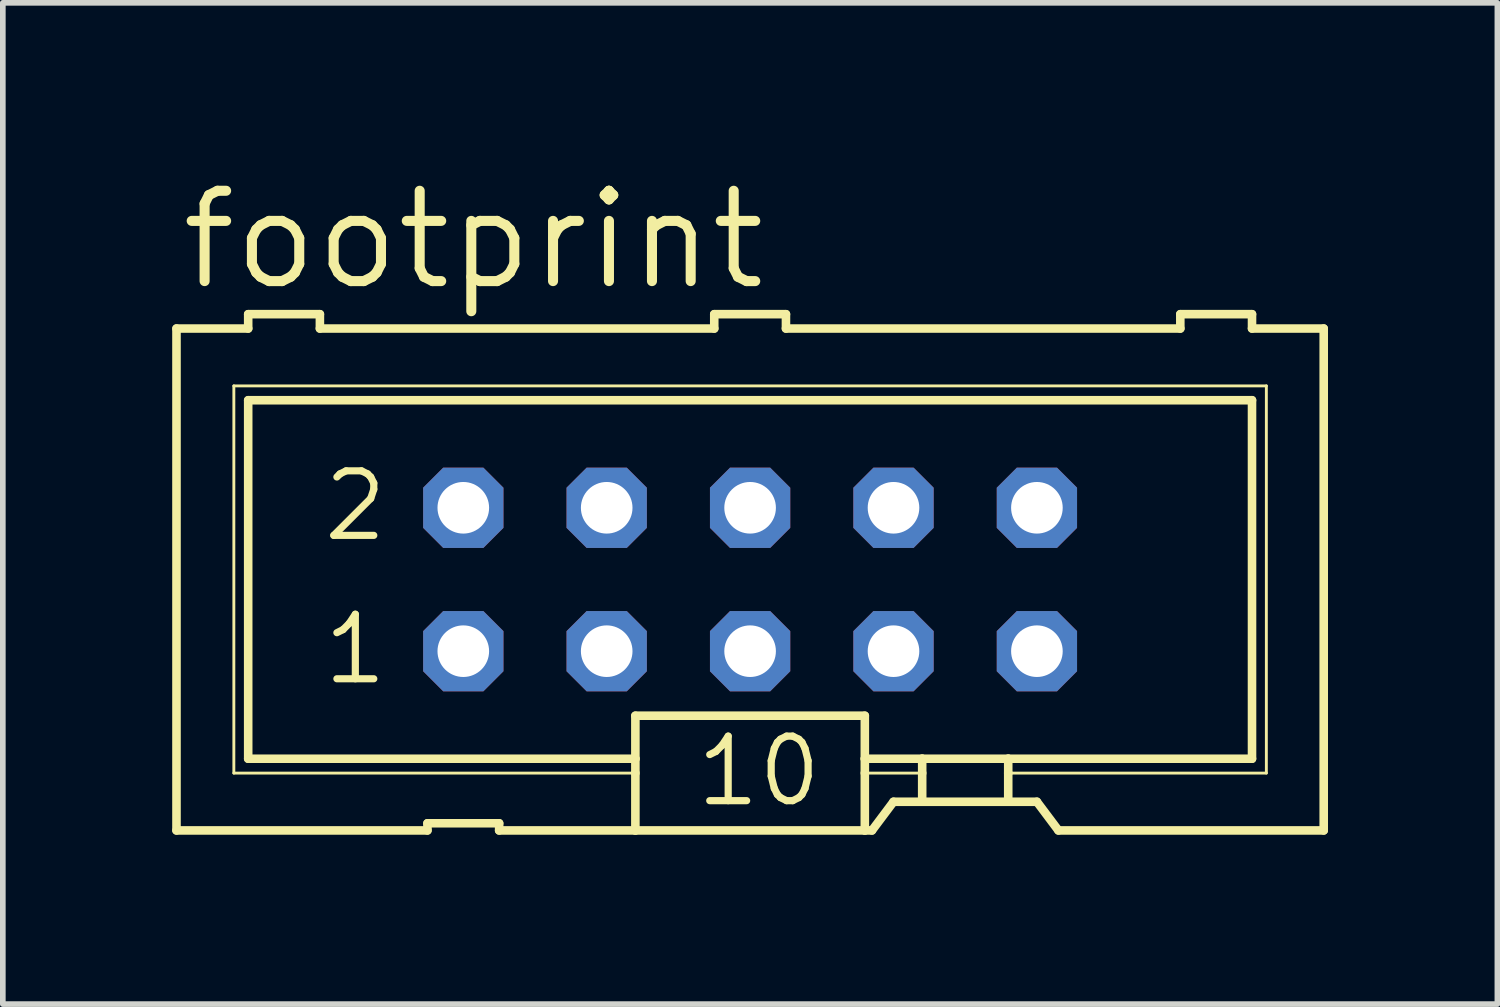
<source format=kicad_pcb>
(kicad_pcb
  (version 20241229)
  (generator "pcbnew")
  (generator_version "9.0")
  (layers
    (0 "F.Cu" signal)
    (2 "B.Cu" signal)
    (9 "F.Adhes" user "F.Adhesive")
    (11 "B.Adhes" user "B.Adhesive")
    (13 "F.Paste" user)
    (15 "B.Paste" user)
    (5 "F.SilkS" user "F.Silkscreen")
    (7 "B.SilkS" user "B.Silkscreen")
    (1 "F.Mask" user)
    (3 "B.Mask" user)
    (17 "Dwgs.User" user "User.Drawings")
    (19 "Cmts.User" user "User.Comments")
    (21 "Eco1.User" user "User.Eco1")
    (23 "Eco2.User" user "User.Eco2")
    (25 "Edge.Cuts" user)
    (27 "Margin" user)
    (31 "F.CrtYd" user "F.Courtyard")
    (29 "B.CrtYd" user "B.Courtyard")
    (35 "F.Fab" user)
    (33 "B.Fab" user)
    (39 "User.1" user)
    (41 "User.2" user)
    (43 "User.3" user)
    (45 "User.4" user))
  (footprint "footprint"
    (layer "F.Cu")
    (at 10.236 7.214)
    (property "Reference" "footprint" (at -10.16 -5.08 0) (layer "F.SilkS") (effects (font (size 1.6 1.6) (thickness 0.178)) (justify left bottom)))
    (fp_line (start -10.16 -4.445) (end -10.16 4.445) (stroke (width 0.152) (type solid)) (layer "F.SilkS"))
    (fp_line (start -10.16 -4.445) (end -8.89 -4.445) (stroke (width 0.152) (type solid)) (layer "F.SilkS"))
    (fp_line (start -9.144 -3.429) (end -9.144 3.429) (stroke (width 0.051) (type solid)) (layer "F.SilkS"))
    (fp_line (start -9.144 3.429) (end -2.032 3.429) (stroke (width 0.051) (type solid)) (layer "F.SilkS"))
    (fp_line (start -8.89 -4.699) (end -8.89 -4.445) (stroke (width 0.152) (type solid)) (layer "F.SilkS"))
    (fp_line (start -8.89 -3.175) (end -8.89 3.175) (stroke (width 0.152) (type solid)) (layer "F.SilkS"))
    (fp_line (start -8.89 -3.175) (end 8.89 -3.175) (stroke (width 0.152) (type solid)) (layer "F.SilkS"))
    (fp_line (start -7.62 -4.699) (end -8.89 -4.699) (stroke (width 0.152) (type solid)) (layer "F.SilkS"))
    (fp_line (start -7.62 -4.699) (end -7.62 -4.445) (stroke (width 0.152) (type solid)) (layer "F.SilkS"))
    (fp_line (start -7.62 -4.445) (end -0.635 -4.445) (stroke (width 0.152) (type solid)) (layer "F.SilkS"))
    (fp_line (start -5.715 4.445) (end -10.16 4.445) (stroke (width 0.152) (type solid)) (layer "F.SilkS"))
    (fp_line (start -5.715 4.445) (end -5.715 4.318) (stroke (width 0.152) (type solid)) (layer "F.SilkS"))
    (fp_line (start -4.445 4.318) (end -5.715 4.318) (stroke (width 0.152) (type solid)) (layer "F.SilkS"))
    (fp_line (start -4.445 4.318) (end -4.445 4.445) (stroke (width 0.152) (type solid)) (layer "F.SilkS"))
    (fp_line (start -2.032 3.175) (end -8.89 3.175) (stroke (width 0.152) (type solid)) (layer "F.SilkS"))
    (fp_line (start -2.032 3.175) (end -2.032 2.413) (stroke (width 0.152) (type solid)) (layer "F.SilkS"))
    (fp_line (start -2.032 3.175) (end -2.032 3.429) (stroke (width 0.152) (type solid)) (layer "F.SilkS"))
    (fp_line (start -2.032 3.429) (end -2.032 4.445) (stroke (width 0.152) (type solid)) (layer "F.SilkS"))
    (fp_line (start -2.032 4.445) (end -4.445 4.445) (stroke (width 0.152) (type solid)) (layer "F.SilkS"))
    (fp_line (start -0.635 -4.699) (end -0.635 -4.445) (stroke (width 0.152) (type solid)) (layer "F.SilkS"))
    (fp_line (start 0.635 -4.699) (end -0.635 -4.699) (stroke (width 0.152) (type solid)) (layer "F.SilkS"))
    (fp_line (start 0.635 -4.699) (end 0.635 -4.445) (stroke (width 0.152) (type solid)) (layer "F.SilkS"))
    (fp_line (start 0.635 -4.445) (end 7.62 -4.445) (stroke (width 0.152) (type solid)) (layer "F.SilkS"))
    (fp_line (start 2.032 2.413) (end -2.032 2.413) (stroke (width 0.152) (type solid)) (layer "F.SilkS"))
    (fp_line (start 2.032 2.413) (end 2.032 3.175) (stroke (width 0.152) (type solid)) (layer "F.SilkS"))
    (fp_line (start 2.032 3.175) (end 2.032 3.429) (stroke (width 0.152) (type solid)) (layer "F.SilkS"))
    (fp_line (start 2.032 3.429) (end 2.032 4.445) (stroke (width 0.152) (type solid)) (layer "F.SilkS"))
    (fp_line (start 2.032 4.445) (end -2.032 4.445) (stroke (width 0.152) (type solid)) (layer "F.SilkS"))
    (fp_line (start 2.159 4.445) (end 2.032 4.445) (stroke (width 0.152) (type solid)) (layer "F.SilkS"))
    (fp_line (start 2.159 4.445) (end 2.54 3.937) (stroke (width 0.152) (type solid)) (layer "F.SilkS"))
    (fp_line (start 3.048 3.175) (end 2.032 3.175) (stroke (width 0.152) (type solid)) (layer "F.SilkS"))
    (fp_line (start 3.048 3.175) (end 3.048 3.429) (stroke (width 0.152) (type solid)) (layer "F.SilkS"))
    (fp_line (start 3.048 3.429) (end 2.032 3.429) (stroke (width 0.051) (type solid)) (layer "F.SilkS"))
    (fp_line (start 3.048 3.429) (end 3.048 3.937) (stroke (width 0.152) (type solid)) (layer "F.SilkS"))
    (fp_line (start 3.048 3.937) (end 2.54 3.937) (stroke (width 0.152) (type solid)) (layer "F.SilkS"))
    (fp_line (start 4.572 3.175) (end 3.048 3.175) (stroke (width 0.152) (type solid)) (layer "F.SilkS"))
    (fp_line (start 4.572 3.175) (end 4.572 3.429) (stroke (width 0.152) (type solid)) (layer "F.SilkS"))
    (fp_line (start 4.572 3.429) (end 4.572 3.937) (stroke (width 0.152) (type solid)) (layer "F.SilkS"))
    (fp_line (start 4.572 3.429) (end 9.144 3.429) (stroke (width 0.051) (type solid)) (layer "F.SilkS"))
    (fp_line (start 4.572 3.937) (end 3.048 3.937) (stroke (width 0.152) (type solid)) (layer "F.SilkS"))
    (fp_line (start 5.08 3.937) (end 4.572 3.937) (stroke (width 0.152) (type solid)) (layer "F.SilkS"))
    (fp_line (start 5.08 3.937) (end 5.461 4.445) (stroke (width 0.152) (type solid)) (layer "F.SilkS"))
    (fp_line (start 7.62 -4.445) (end 7.62 -4.699) (stroke (width 0.152) (type solid)) (layer "F.SilkS"))
    (fp_line (start 8.89 -4.699) (end 7.62 -4.699) (stroke (width 0.152) (type solid)) (layer "F.SilkS"))
    (fp_line (start 8.89 -4.445) (end 8.89 -4.699) (stroke (width 0.152) (type solid)) (layer "F.SilkS"))
    (fp_line (start 8.89 -4.445) (end 10.16 -4.445) (stroke (width 0.152) (type solid)) (layer "F.SilkS"))
    (fp_line (start 8.89 3.175) (end 4.572 3.175) (stroke (width 0.152) (type solid)) (layer "F.SilkS"))
    (fp_line (start 8.89 3.175) (end 8.89 -3.175) (stroke (width 0.152) (type solid)) (layer "F.SilkS"))
    (fp_line (start 9.144 -3.429) (end -9.144 -3.429) (stroke (width 0.051) (type solid)) (layer "F.SilkS"))
    (fp_line (start 9.144 3.429) (end 9.144 -3.429) (stroke (width 0.051) (type solid)) (layer "F.SilkS"))
    (fp_line (start 10.16 4.445) (end 5.461 4.445) (stroke (width 0.152) (type solid)) (layer "F.SilkS"))
    (fp_line (start 10.16 4.445) (end 10.16 -4.445) (stroke (width 0.152) (type solid)) (layer "F.SilkS"))
    (fp_poly (pts (xy -5.334 -1.016) (xy -4.826 -1.016) (xy -4.826 -1.524) (xy -5.334 -1.524)) (stroke (width 0.1) (type solid)) (fill no) (layer "F.Fab"))
    (fp_poly (pts (xy -5.334 1.524) (xy -4.826 1.524) (xy -4.826 1.016) (xy -5.334 1.016)) (stroke (width 0.1) (type solid)) (fill no) (layer "F.Fab"))
    (fp_poly (pts (xy -2.794 -1.016) (xy -2.286 -1.016) (xy -2.286 -1.524) (xy -2.794 -1.524)) (stroke (width 0.1) (type solid)) (fill no) (layer "F.Fab"))
    (fp_poly (pts (xy -2.794 1.524) (xy -2.286 1.524) (xy -2.286 1.016) (xy -2.794 1.016)) (stroke (width 0.1) (type solid)) (fill no) (layer "F.Fab"))
    (fp_poly (pts (xy -0.254 -1.016) (xy 0.254 -1.016) (xy 0.254 -1.524) (xy -0.254 -1.524)) (stroke (width 0.1) (type solid)) (fill no) (layer "F.Fab"))
    (fp_poly (pts (xy -0.254 1.524) (xy 0.254 1.524) (xy 0.254 1.016) (xy -0.254 1.016)) (stroke (width 0.1) (type solid)) (fill no) (layer "F.Fab"))
    (fp_poly (pts (xy 2.286 -1.016) (xy 2.794 -1.016) (xy 2.794 -1.524) (xy 2.286 -1.524)) (stroke (width 0.1) (type solid)) (fill no) (layer "F.Fab"))
    (fp_poly (pts (xy 2.286 1.524) (xy 2.794 1.524) (xy 2.794 1.016) (xy 2.286 1.016)) (stroke (width 0.1) (type solid)) (fill no) (layer "F.Fab"))
    (fp_poly (pts (xy 4.826 -1.016) (xy 5.334 -1.016) (xy 5.334 -1.524) (xy 4.826 -1.524)) (stroke (width 0.1) (type solid)) (fill no) (layer "F.Fab"))
    (fp_poly (pts (xy 4.826 1.524) (xy 5.334 1.524) (xy 5.334 1.016) (xy 4.826 1.016)) (stroke (width 0.1) (type solid)) (fill no) (layer "F.Fab"))
    (fp_text user "2" (at -7.62 -0.635 0) (layer "F.SilkS") (effects (font (size 1.143 1.143) (thickness 0.127)) (justify left bottom)))
    (fp_text user "1" (at -7.62 1.905 0) (layer "F.SilkS") (effects (font (size 1.143 1.143) (thickness 0.127)) (justify left bottom)))
    (fp_text user "10" (at -1.016 4.064 0) (layer "F.SilkS") (effects (font (size 1.143 1.143) (thickness 0.127)) (justify left bottom)))
    (pad "1" thru_hole roundrect (at -5.08 1.27) (size 1.422 1.422) (drill 0.914) (layers "*.Cu" "*.Mask") (roundrect_rratio 0.25) (chamfer_ratio 0.25) (chamfer top_left top_right bottom_left bottom_right))
    (pad "2" thru_hole roundrect (at -5.08 -1.27) (size 1.422 1.422) (drill 0.914) (layers "*.Cu" "*.Mask") (roundrect_rratio 0.25) (chamfer_ratio 0.25) (chamfer top_left top_right bottom_left bottom_right))
    (pad "3" thru_hole roundrect (at -2.54 1.27) (size 1.422 1.422) (drill 0.914) (layers "*.Cu" "*.Mask") (roundrect_rratio 0.25) (chamfer_ratio 0.25) (chamfer top_left top_right bottom_left bottom_right))
    (pad "4" thru_hole roundrect (at -2.54 -1.27) (size 1.422 1.422) (drill 0.914) (layers "*.Cu" "*.Mask") (roundrect_rratio 0.25) (chamfer_ratio 0.25) (chamfer top_left top_right bottom_left bottom_right))
    (pad "5" thru_hole roundrect (at 0 1.27) (size 1.422 1.422) (drill 0.914) (layers "*.Cu" "*.Mask") (roundrect_rratio 0.25) (chamfer_ratio 0.25) (chamfer top_left top_right bottom_left bottom_right))
    (pad "6" thru_hole roundrect (at 0 -1.27) (size 1.422 1.422) (drill 0.914) (layers "*.Cu" "*.Mask") (roundrect_rratio 0.25) (chamfer_ratio 0.25) (chamfer top_left top_right bottom_left bottom_right))
    (pad "7" thru_hole roundrect (at 2.54 1.27) (size 1.422 1.422) (drill 0.914) (layers "*.Cu" "*.Mask") (roundrect_rratio 0.25) (chamfer_ratio 0.25) (chamfer top_left top_right bottom_left bottom_right))
    (pad "8" thru_hole roundrect (at 2.54 -1.27) (size 1.422 1.422) (drill 0.914) (layers "*.Cu" "*.Mask") (roundrect_rratio 0.25) (chamfer_ratio 0.25) (chamfer top_left top_right bottom_left bottom_right))
    (pad "9" thru_hole roundrect (at 5.08 1.27) (size 1.422 1.422) (drill 0.914) (layers "*.Cu" "*.Mask") (roundrect_rratio 0.25) (chamfer_ratio 0.25) (chamfer top_left top_right bottom_left bottom_right))
    (pad "10" thru_hole roundrect (at 5.08 -1.27) (size 1.422 1.422) (drill 0.914) (layers "*.Cu" "*.Mask") (roundrect_rratio 0.25) (chamfer_ratio 0.25) (chamfer top_left top_right bottom_left bottom_right)))
  (gr_rect
    (start -3 -3)
    (end 23.472 14.735)
    (stroke (width 0.1) (type default))
    (fill no)
    (layer "Edge.Cuts")))
</source>
